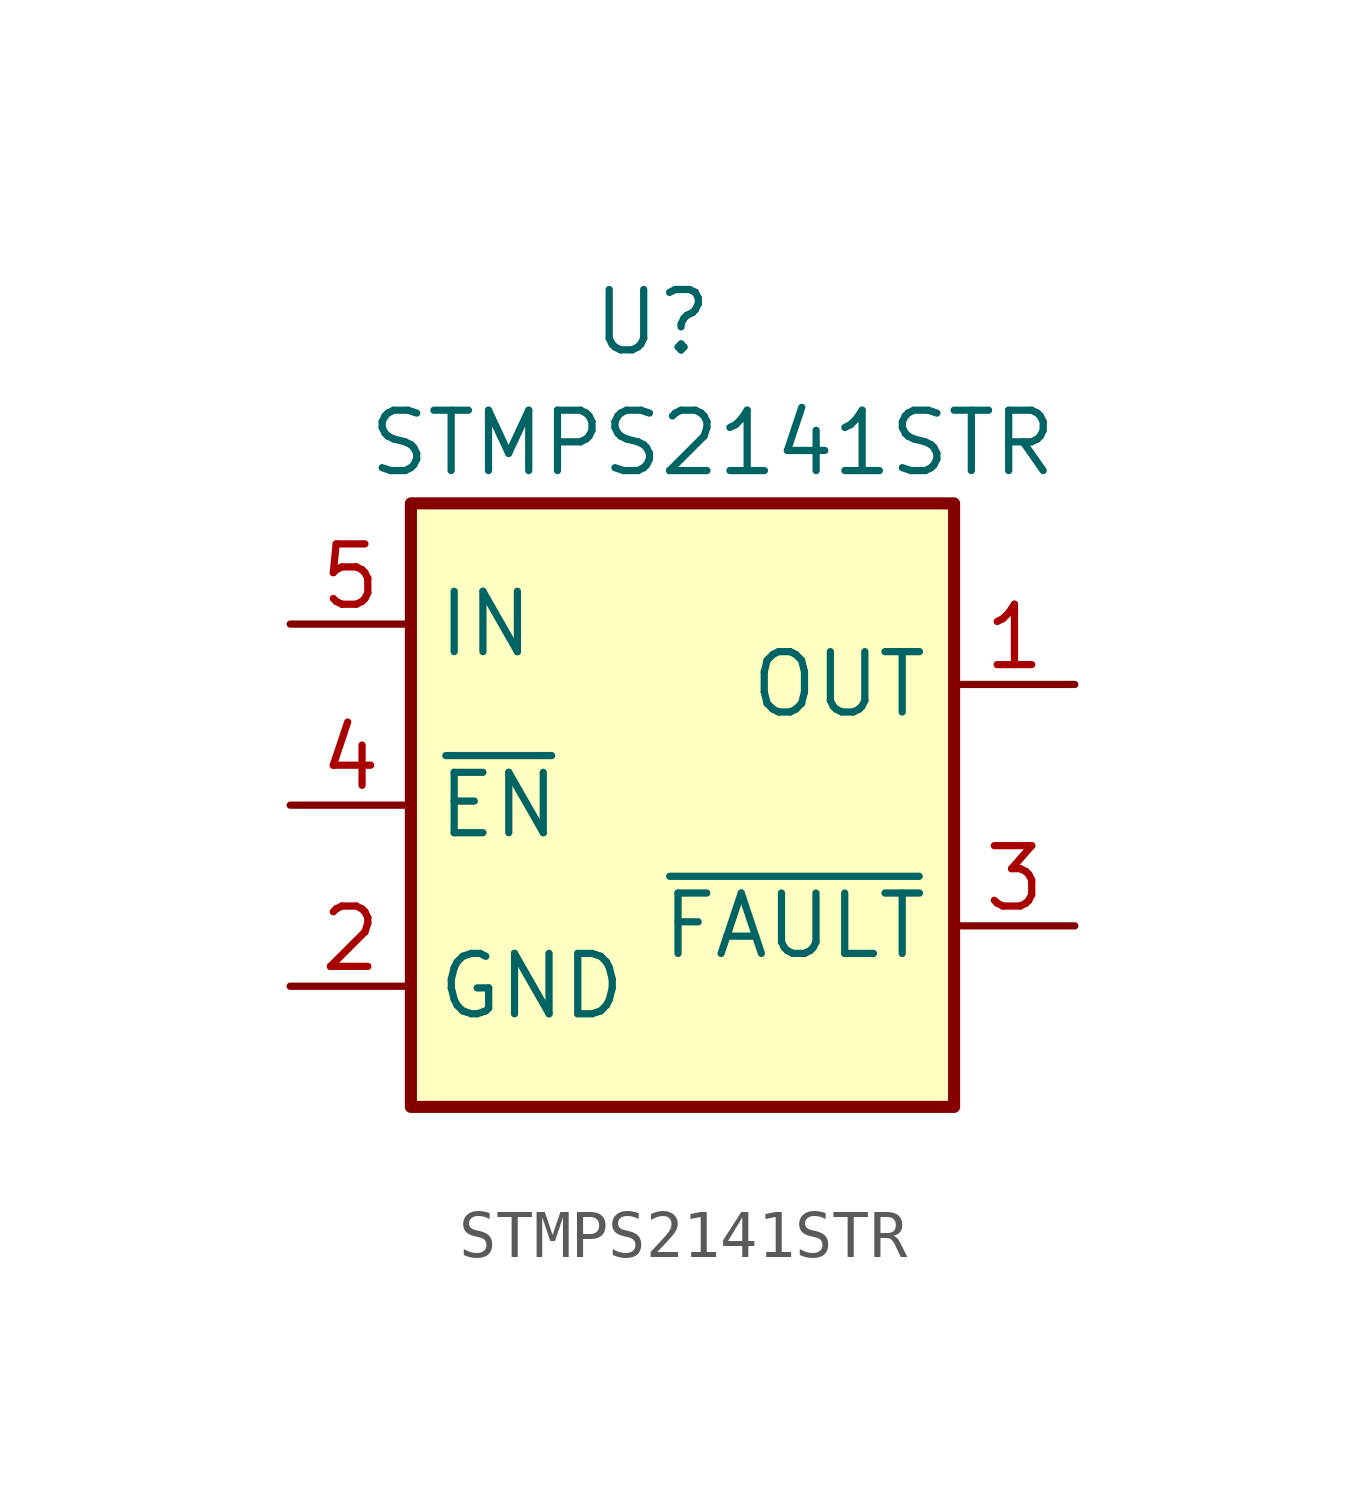
<source format=kicad_sym>
(kicad_symbol_lib
  (version 20211014)
  (generator kicad_symbol_editor)
  (symbol "STMPS2141STR"
    (property "Reference" "U"
      (at 0 10.16 0)
      (effects (font (size 1.27 1.27))))
    (property "Value" "STMPS2141STR"
      (at 1.27 7.62 0)
      (effects (font (size 1.27 1.27))))
    (symbol "STMPS2141STR_0_1"
      (rectangle (start -5.08 6.35) (end 6.35 -6.35) (stroke (width 0.254) (type default) (color 0 0 0 0)) (fill (type background))))
    (symbol "STMPS2141STR_1_1"
      (pin power_out line (at 8.89 2.54 180) (length 2.54) (name "OUT" (effects (font (size 1.27 1.27)))) (number "1" (effects (font (size 1.27 1.27)))))
      (pin power_in line (at -7.62 -3.81 0) (length 2.54) (name "GND" (effects (font (size 1.27 1.27)))) (number "2" (effects (font (size 1.27 1.27)))))
      (pin output line (at 8.89 -2.54 180) (length 2.54) (name "~{FAULT}" (effects (font (size 1.27 1.27)))) (number "3" (effects (font (size 1.27 1.27)))))
      (pin input line (at -7.62 0 0) (length 2.54) (name "~{EN}" (effects (font (size 1.27 1.27)))) (number "4" (effects (font (size 1.27 1.27)))))
      (pin power_in line (at -7.62 3.81 0) (length 2.54) (name "IN" (effects (font (size 1.27 1.27)))) (number "5" (effects (font (size 1.27 1.27))))))))
</source>
